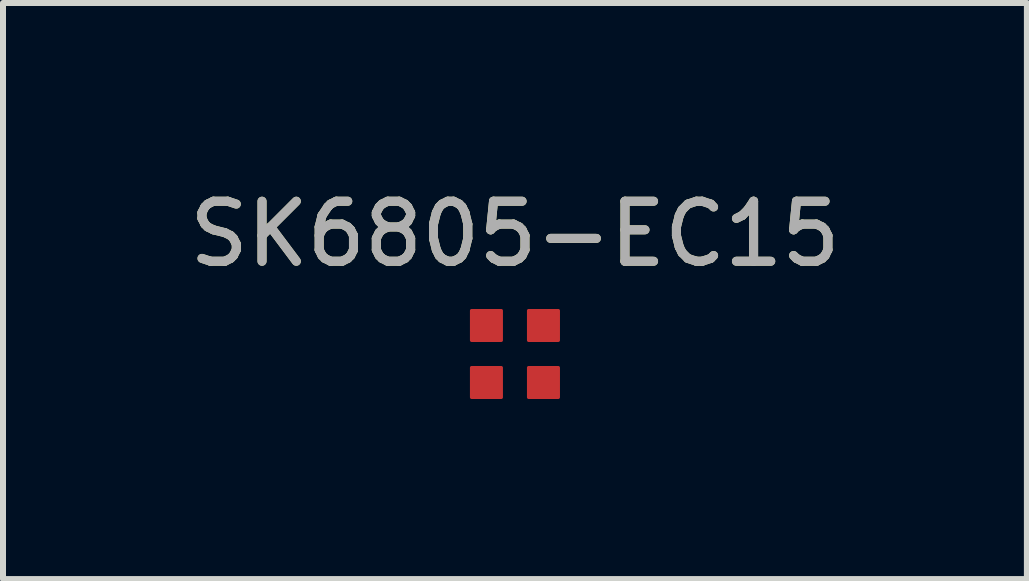
<source format=kicad_pcb>
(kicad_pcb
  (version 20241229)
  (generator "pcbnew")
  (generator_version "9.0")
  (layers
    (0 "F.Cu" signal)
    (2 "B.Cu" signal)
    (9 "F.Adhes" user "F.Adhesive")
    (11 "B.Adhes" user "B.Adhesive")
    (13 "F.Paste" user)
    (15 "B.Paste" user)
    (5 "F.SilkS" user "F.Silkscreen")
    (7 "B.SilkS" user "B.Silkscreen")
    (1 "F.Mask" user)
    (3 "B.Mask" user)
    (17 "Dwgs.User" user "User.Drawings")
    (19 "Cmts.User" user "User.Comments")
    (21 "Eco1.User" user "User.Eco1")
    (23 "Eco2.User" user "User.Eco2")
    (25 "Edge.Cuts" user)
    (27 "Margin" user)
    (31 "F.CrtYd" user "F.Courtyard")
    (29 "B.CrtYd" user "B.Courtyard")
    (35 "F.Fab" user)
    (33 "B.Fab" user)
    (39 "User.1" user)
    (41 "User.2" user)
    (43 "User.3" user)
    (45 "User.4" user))
  (footprint "SK6805-EC15"
    (layer "F.Cu")
    (at 5.53 2.848)
    (property "Reference" "SK6805-EC15" (at 0 -2 0) (unlocked yes) (layer "F.SilkS") (effects (font (size 1 1) (thickness 0.15))))
    (attr smd)
    (fp_text user "${REFERENCE}" (at 0 -2 0) (unlocked yes) (layer "F.Fab") (effects (font (size 1 1) (thickness 0.15))))
    (pad "1" smd roundrect (at -0.475 -0.475) (size 0.55 0.55) (layers "F.Cu" "F.Mask" "F.Paste") (roundrect_rratio 0.05))
    (pad "2" smd roundrect (at -0.475 0.475) (size 0.55 0.55) (layers "F.Cu" "F.Mask" "F.Paste") (roundrect_rratio 0.05))
    (pad "3" smd roundrect (at 0.475 0.475) (size 0.55 0.55) (layers "F.Cu" "F.Mask" "F.Paste") (roundrect_rratio 0.05))
    (pad "4" smd roundrect (at 0.475 -0.475) (size 0.55 0.55) (layers "F.Cu" "F.Mask" "F.Paste") (roundrect_rratio 0.05)))
  (gr_rect
    (start -3 -3)
    (end 14.06 6.598)
    (stroke (width 0.1) (type default))
    (fill no)
    (layer "Edge.Cuts")))
</source>
